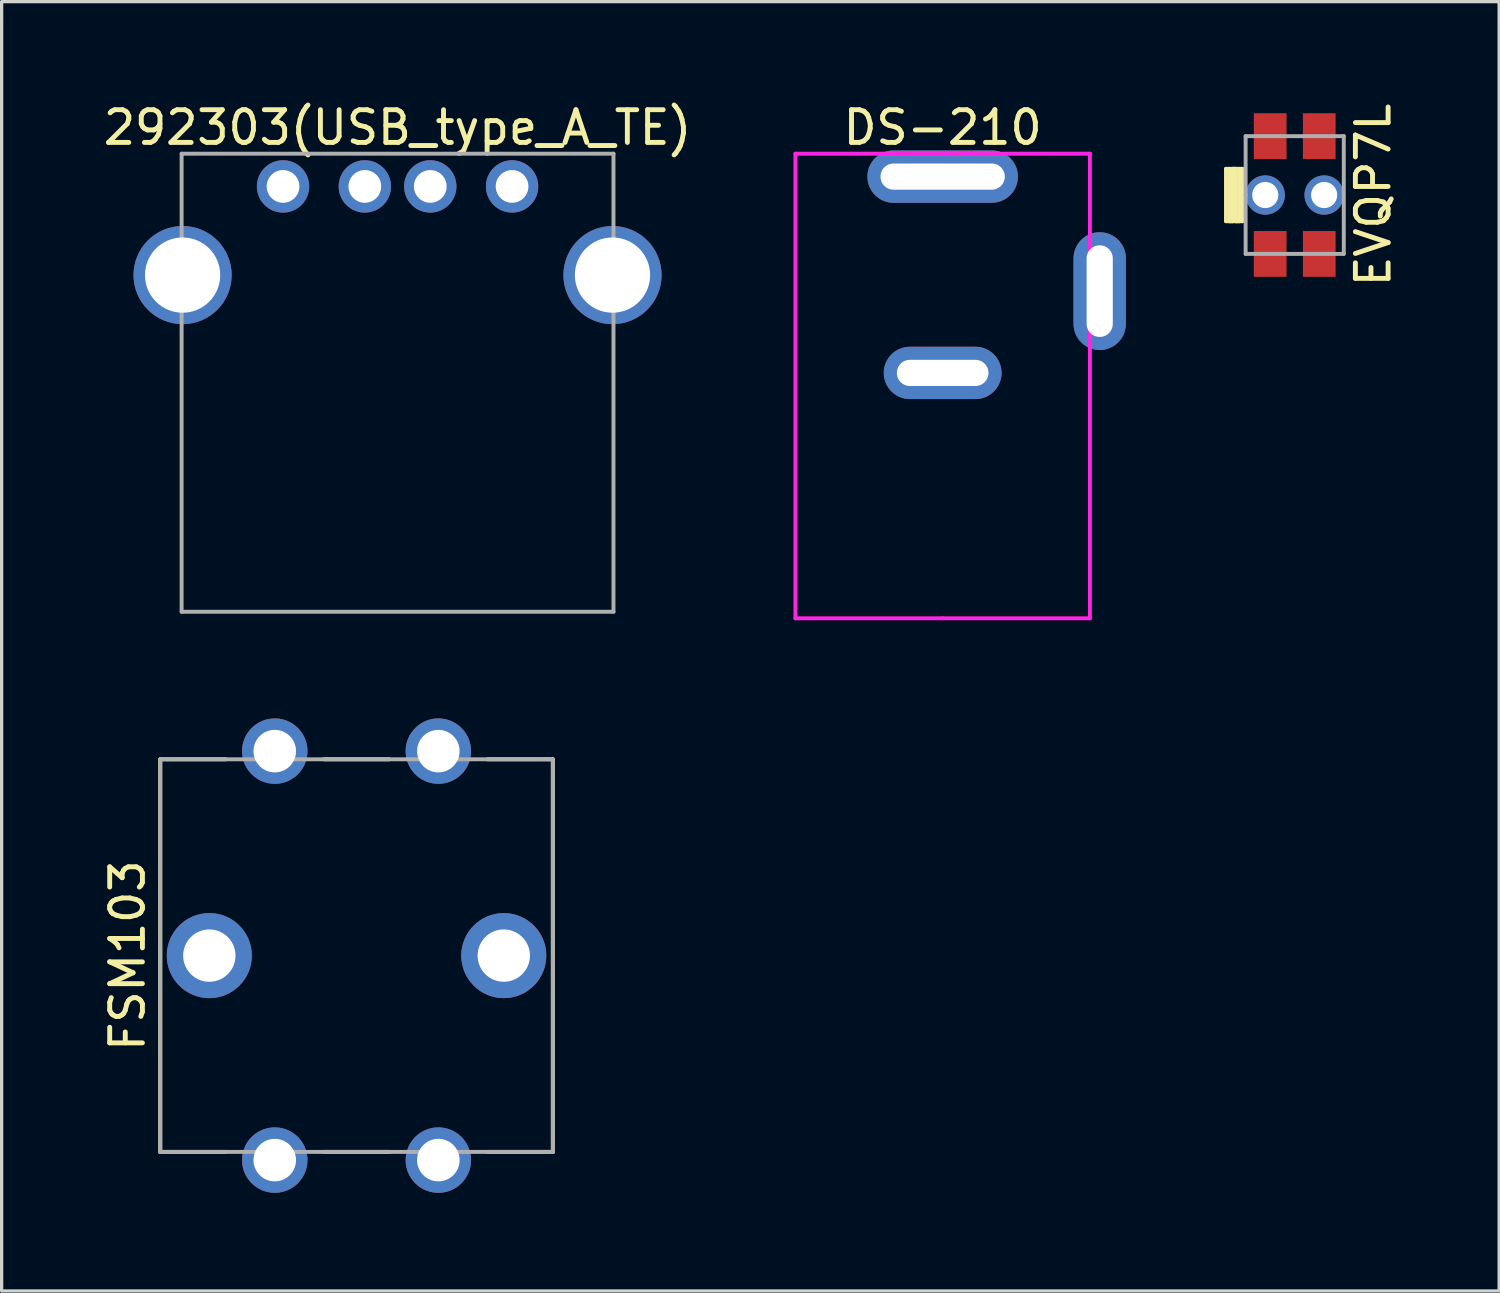
<source format=kicad_pcb>
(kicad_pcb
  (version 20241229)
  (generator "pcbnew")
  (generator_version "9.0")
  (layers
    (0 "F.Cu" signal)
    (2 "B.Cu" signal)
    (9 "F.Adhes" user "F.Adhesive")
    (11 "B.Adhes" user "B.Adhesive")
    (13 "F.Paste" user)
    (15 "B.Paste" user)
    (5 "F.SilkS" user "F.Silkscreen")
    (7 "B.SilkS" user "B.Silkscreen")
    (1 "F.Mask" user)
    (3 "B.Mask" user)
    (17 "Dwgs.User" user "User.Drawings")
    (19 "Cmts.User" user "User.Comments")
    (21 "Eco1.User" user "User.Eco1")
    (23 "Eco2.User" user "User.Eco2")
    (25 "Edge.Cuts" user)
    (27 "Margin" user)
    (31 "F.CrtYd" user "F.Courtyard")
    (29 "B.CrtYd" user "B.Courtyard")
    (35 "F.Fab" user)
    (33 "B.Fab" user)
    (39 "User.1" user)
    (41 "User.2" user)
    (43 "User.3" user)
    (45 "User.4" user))
  (footprint "DS-210"
    (layer "F.Cu")
    (at 25.762 8.748)
    (property "Reference" "DS-210" (at 0 -7.9 180) (layer "F.SilkS") (effects (font (size 1 1) (thickness 0.15))))
    (attr through_hole)
    (fp_line (start -4.5 -7.1) (end -4.5 7.1) (stroke (width 0.12) (type solid)) (layer "F.CrtYd"))
    (fp_line (start -4.5 7.1) (end 0 7.1) (stroke (width 0.12) (type solid)) (layer "F.CrtYd"))
    (fp_line (start 0 7.1) (end 4.5 7.1) (stroke (width 0.12) (type solid)) (layer "F.CrtYd"))
    (fp_line (start 4.5 -7.1) (end -4.5 -7.1) (stroke (width 0.12) (type solid)) (layer "F.CrtYd"))
    (fp_line (start 4.5 7.1) (end 4.5 -7.1) (stroke (width 0.12) (type solid)) (layer "F.CrtYd"))
    (pad "1" thru_hole oval (at 0 -6.4) (size 4.6 1.6) (drill oval 3.8 0.8) (layers "*.Cu" "*.Mask"))
    (pad "2" thru_hole oval (at 0 -0.4) (size 3.6 1.6) (drill oval 2.8 0.8) (layers "*.Cu" "*.Mask"))
    (pad "3" thru_hole oval (at 4.8 -2.9 90) (size 3.6 1.6) (drill oval 2.8 0.8) (layers "*.Cu" "*.Mask")))
  (footprint "292303(USB_type_A_TE)"
    (layer "F.Cu")
    (at 9.101 8.648)
    (property "Reference" "292303(USB_type_A_TE)" (at 0 -7.8 0) (layer "F.SilkS") (effects (font (size 1 1) (thickness 0.15))))
    (attr through_hole)
    (fp_line (start -6.6 -7) (end 6.6 -7) (stroke (width 0.12) (type solid)) (layer "F.Fab"))
    (fp_line (start -6.6 7) (end -6.6 -7) (stroke (width 0.12) (type solid)) (layer "F.Fab"))
    (fp_line (start 6.6 -7) (end 6.6 7) (stroke (width 0.12) (type solid)) (layer "F.Fab"))
    (fp_line (start 6.6 7) (end -6.6 7) (stroke (width 0.12) (type solid)) (layer "F.Fab"))
    (pad "1" thru_hole circle (at -3.5 -6) (size 1.6 1.6) (drill 1) (layers "*.Cu" "*.Mask"))
    (pad "2" thru_hole circle (at -1 -6) (size 1.6 1.6) (drill 1) (layers "*.Cu" "*.Mask"))
    (pad "3" thru_hole circle (at 1 -6) (size 1.6 1.6) (drill 1) (layers "*.Cu" "*.Mask"))
    (pad "4" thru_hole circle (at 3.5 -6) (size 1.6 1.6) (drill 1) (layers "*.Cu" "*.Mask"))
    (pad "5" thru_hole circle (at -6.57 -3.29) (size 3 3) (drill 2.3) (layers "*.Cu" "*.Mask"))
    (pad "6" thru_hole circle (at 6.57 -3.29) (size 3 3) (drill 2.3) (layers "*.Cu" "*.Mask")))
  (footprint "FSM103"
    (layer "F.Cu")
    (at 7.848 26.158)
    (property "Reference" "FSM103" (at -7 0 90) (layer "F.SilkS") (effects (font (size 1 1) (thickness 0.15))))
    (attr through_hole)
    (fp_line (start -6 -6) (end -6 6) (stroke (width 0.12) (type solid)) (layer "F.SilkS"))
    (fp_line (start -6 6) (end -4 6) (stroke (width 0.12) (type solid)) (layer "F.SilkS"))
    (fp_line (start -4 -6) (end -6 -6) (stroke (width 0.12) (type solid)) (layer "F.SilkS"))
    (fp_line (start -1 6) (end 1 6) (stroke (width 0.12) (type solid)) (layer "F.SilkS"))
    (fp_line (start 1 -6) (end -1 -6) (stroke (width 0.12) (type solid)) (layer "F.SilkS"))
    (fp_line (start 4 6) (end 6 6) (stroke (width 0.12) (type solid)) (layer "F.SilkS"))
    (fp_line (start 6 -6) (end 4 -6) (stroke (width 0.12) (type solid)) (layer "F.SilkS"))
    (fp_line (start 6 6) (end 6 -6) (stroke (width 0.12) (type solid)) (layer "F.SilkS"))
    (fp_line (start -6 -6) (end 6 -6) (stroke (width 0.12) (type solid)) (layer "F.Fab"))
    (fp_line (start -6 0) (end -6 -6) (stroke (width 0.12) (type solid)) (layer "F.Fab"))
    (fp_line (start -6 6) (end -6 0) (stroke (width 0.12) (type solid)) (layer "F.Fab"))
    (fp_line (start 6 -6) (end 6 6) (stroke (width 0.12) (type solid)) (layer "F.Fab"))
    (fp_line (start 6 6) (end -6 6) (stroke (width 0.12) (type solid)) (layer "F.Fab"))
    (pad "" np_thru_hole circle (at -4.5 0) (size 2.6 2.6) (drill 1.6) (layers "*.Cu" "*.Mask"))
    (pad "" np_thru_hole circle (at 4.5 0) (size 2.6 2.6) (drill 1.6) (layers "*.Cu" "*.Mask"))
    (pad "1" thru_hole circle (at -2.5 -6.25) (size 2 2) (drill 1.3) (layers "*.Cu" "*.Mask"))
    (pad "1" thru_hole circle (at -2.5 6.25) (size 2 2) (drill 1.3) (layers "*.Cu" "*.Mask"))
    (pad "2" thru_hole circle (at 2.5 -6.25) (size 2 2) (drill 1.3) (layers "*.Cu" "*.Mask"))
    (pad "2" thru_hole circle (at 2.5 6.25) (size 2 2) (drill 1.3) (layers "*.Cu" "*.Mask")))
  (footprint "EVQP7L"
    (layer "F.Cu")
    (at 36.522 2.911)
    (property "Reference" "EVQP7L" (at 2.4 0 270) (layer "F.SilkS") (effects (font (size 1 1) (thickness 0.15))))
    (attr smd)
    (fp_line (start -2.1 -0.8) (end -2.1 0.8) (stroke (width 0.12) (type solid)) (layer "F.SilkS"))
    (fp_line (start -2.1 0.8) (end -1.6 0.8) (stroke (width 0.12) (type solid)) (layer "F.SilkS"))
    (fp_line (start -2 -0.8) (end -2 0.8) (stroke (width 0.12) (type solid)) (layer "F.SilkS"))
    (fp_line (start -2 0.8) (end -1.9 0.8) (stroke (width 0.12) (type solid)) (layer "F.SilkS"))
    (fp_line (start -1.9 -0.8) (end -1.8 -0.8) (stroke (width 0.12) (type solid)) (layer "F.SilkS"))
    (fp_line (start -1.9 0.8) (end -1.9 -0.8) (stroke (width 0.12) (type solid)) (layer "F.SilkS"))
    (fp_line (start -1.8 -0.8) (end -1.8 0.8) (stroke (width 0.12) (type solid)) (layer "F.SilkS"))
    (fp_line (start -1.8 0.8) (end -1.7 0.8) (stroke (width 0.12) (type solid)) (layer "F.SilkS"))
    (fp_line (start -1.7 0.8) (end -1.7 -0.8) (stroke (width 0.12) (type solid)) (layer "F.SilkS"))
    (fp_line (start -1.6 -0.8) (end -2.1 -0.8) (stroke (width 0.12) (type solid)) (layer "F.SilkS"))
    (fp_line (start -1.6 0.8) (end -1.6 -0.8) (stroke (width 0.12) (type solid)) (layer "F.SilkS"))
    (fp_line (start -1.5 -1.8) (end 1.5 -1.8) (stroke (width 0.12) (type solid)) (layer "F.Fab"))
    (fp_line (start -1.5 0) (end -1.5 -1.8) (stroke (width 0.12) (type solid)) (layer "F.Fab"))
    (fp_line (start -1.5 1.8) (end -1.5 0) (stroke (width 0.12) (type solid)) (layer "F.Fab"))
    (fp_line (start 1.5 -1.8) (end 1.5 1.8) (stroke (width 0.12) (type solid)) (layer "F.Fab"))
    (fp_line (start 1.5 1.8) (end -1.5 1.8) (stroke (width 0.12) (type solid)) (layer "F.Fab"))
    (pad "" np_thru_hole circle (at -0.9 0) (size 1.2 1.2) (drill 0.8) (layers "*.Cu" "*.Mask"))
    (pad "" np_thru_hole circle (at 0.9 0) (size 1.2 1.2) (drill 0.8) (layers "*.Cu" "*.Mask"))
    (pad "1" smd rect (at -0.75 -1.8) (size 1 1.4) (layers "F.Cu" "F.Mask" "F.Paste"))
    (pad "1" smd rect (at -0.75 1.8) (size 1 1.4) (layers "F.Cu" "F.Mask" "F.Paste"))
    (pad "2" smd rect (at 0.75 -1.8) (size 1 1.4) (layers "F.Cu" "F.Mask" "F.Paste"))
    (pad "2" smd rect (at 0.75 1.8) (size 1 1.4) (layers "F.Cu" "F.Mask" "F.Paste")))
  (gr_rect
    (start -3 -3)
    (end 42.771 36.408)
    (stroke (width 0.1) (type default))
    (fill no)
    (layer "Edge.Cuts")))
</source>
